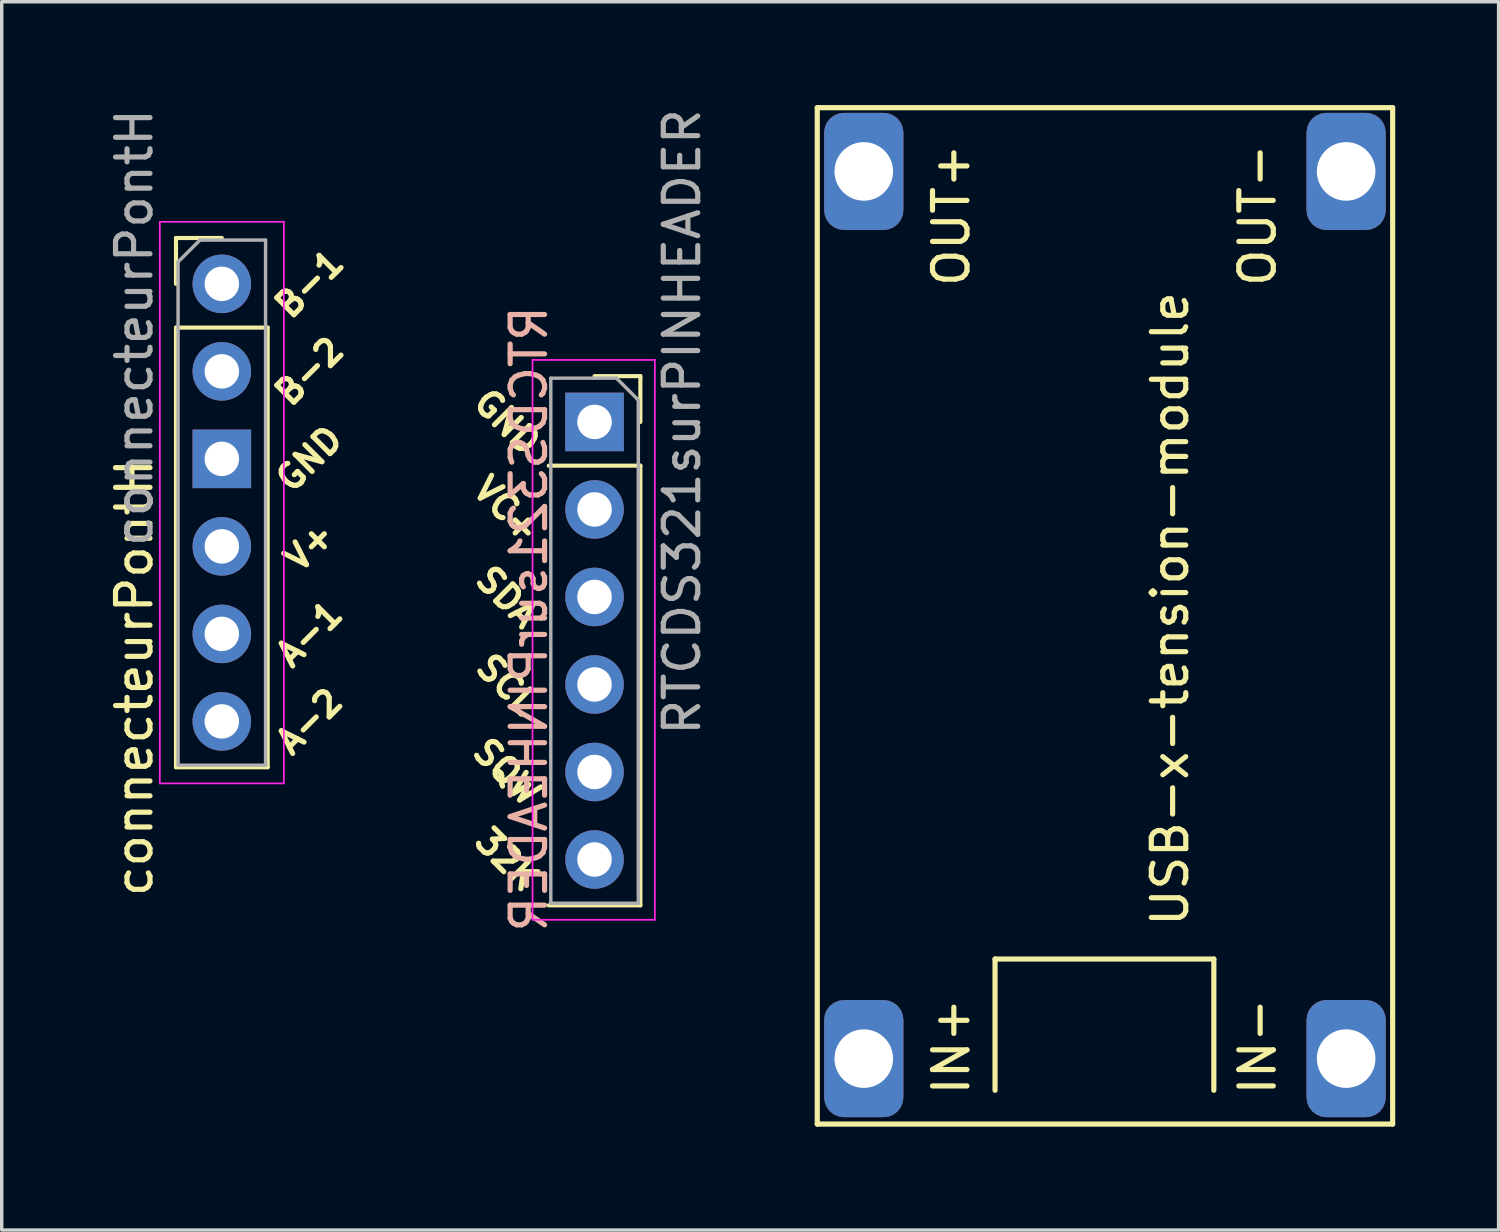
<source format=kicad_pcb>
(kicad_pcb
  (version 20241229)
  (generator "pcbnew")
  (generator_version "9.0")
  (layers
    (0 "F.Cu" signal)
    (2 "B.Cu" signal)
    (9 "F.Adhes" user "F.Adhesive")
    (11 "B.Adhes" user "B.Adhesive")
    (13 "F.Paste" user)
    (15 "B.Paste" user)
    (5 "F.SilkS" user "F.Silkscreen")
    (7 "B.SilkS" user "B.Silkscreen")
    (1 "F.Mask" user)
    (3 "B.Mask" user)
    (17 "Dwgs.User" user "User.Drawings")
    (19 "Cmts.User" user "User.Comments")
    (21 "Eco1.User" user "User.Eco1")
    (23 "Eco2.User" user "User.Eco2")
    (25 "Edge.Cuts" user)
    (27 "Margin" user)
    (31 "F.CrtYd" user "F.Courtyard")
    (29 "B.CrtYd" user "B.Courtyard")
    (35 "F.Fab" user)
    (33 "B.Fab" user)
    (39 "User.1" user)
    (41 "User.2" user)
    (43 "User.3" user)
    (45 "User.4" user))
  (footprint "USB-x-tension-module"
    (layer "F.Cu")
    (at 22.02 1.925)
    (property "Reference" "USB-x-tension-module" (at 8.89 12.7 90) (layer "F.SilkS") (effects (font (size 1 1) (thickness 0.15))))
    (attr through_hole)
    (fp_line (start -1.35 -1.85) (end -1.35 27.65) (stroke (width 0.15) (type solid)) (layer "F.SilkS"))
    (fp_line (start -1.35 -1.85) (end 15.35 -1.85) (stroke (width 0.15) (type solid)) (layer "F.SilkS"))
    (fp_line (start -1.35 27.65) (end 15.35 27.65) (stroke (width 0.15) (type solid)) (layer "F.SilkS"))
    (fp_line (start 3.81 22.86) (end 10.16 22.86) (stroke (width 0.15) (type solid)) (layer "F.SilkS"))
    (fp_line (start 3.81 26.67) (end 3.81 22.86) (stroke (width 0.15) (type solid)) (layer "F.SilkS"))
    (fp_line (start 10.16 22.86) (end 10.16 26.67) (stroke (width 0.15) (type solid)) (layer "F.SilkS"))
    (fp_line (start 15.35 27.65) (end 15.35 -1.85) (stroke (width 0.15) (type solid)) (layer "F.SilkS"))
    (fp_text user "OUT+" (at 2.54 1.27 90) (layer "F.SilkS") (effects (font (size 1 1) (thickness 0.15))))
    (fp_text user "IN+" (at 2.54 25.4 90) (layer "F.SilkS") (effects (font (size 1 1) (thickness 0.15))))
    (fp_text user "IN-" (at 11.43 25.4 90) (layer "F.SilkS") (effects (font (size 1 1) (thickness 0.15))))
    (fp_text user "OUT-" (at 11.43 1.27 90) (layer "F.SilkS") (effects (font (size 1 1) (thickness 0.15))))
    (pad "1" thru_hole roundrect (at 0 25.75) (size 2.3 3.4) (drill 1.7) (layers "*.Cu" "*.Mask") (roundrect_rratio 0.25))
    (pad "2" thru_hole roundrect (at 14 0) (size 2.3 3.4) (drill 1.7) (layers "*.Cu" "*.Mask") (roundrect_rratio 0.25))
    (pad "2" thru_hole roundrect (at 14 25.75) (size 2.3 3.4) (drill 1.7) (layers "*.Cu" "*.Mask") (roundrect_rratio 0.25))
    (pad "3" thru_hole roundrect (at 0 0) (size 2.3 3.4) (drill 1.7) (layers "*.Cu" "*.Mask") (roundrect_rratio 0.25)))
  (footprint "RTCDS321surPINHEADER"
    (layer "F.Cu")
    (at 14.206 9.196)
    (property "Reference" "RTCDS321surPINHEADER" (at -1.905 5.715 270) (layer "B.SilkS") (effects (font (size 1 1) (thickness 0.15)) (justify mirror)))
    (attr through_hole)
    (fp_line (start -1.33 1.27) (end 1.33 1.27) (stroke (width 0.12) (type solid)) (layer "F.SilkS"))
    (fp_line (start -1.33 14.03) (end 1.33 14.03) (stroke (width 0.12) (type solid)) (layer "F.SilkS"))
    (fp_line (start 0 -1.33) (end 1.33 -1.33) (stroke (width 0.12) (type solid)) (layer "F.SilkS"))
    (fp_line (start 1.33 -1.33) (end 1.33 0) (stroke (width 0.12) (type solid)) (layer "F.SilkS"))
    (fp_line (start 1.33 1.27) (end 1.33 14.03) (stroke (width 0.12) (type solid)) (layer "F.SilkS"))
    (fp_line (start -1.8 -1.8) (end 1.75 -1.8) (stroke (width 0.05) (type solid)) (layer "F.CrtYd"))
    (fp_line (start -1.8 14.45) (end -1.8 -1.8) (stroke (width 0.05) (type solid)) (layer "F.CrtYd"))
    (fp_line (start 1.75 -1.8) (end 1.75 14.45) (stroke (width 0.05) (type solid)) (layer "F.CrtYd"))
    (fp_line (start 1.75 14.45) (end -1.8 14.45) (stroke (width 0.05) (type solid)) (layer "F.CrtYd"))
    (fp_line (start -1.27 -1.27) (end 0.635 -1.27) (stroke (width 0.1) (type solid)) (layer "F.Fab"))
    (fp_line (start -1.27 13.97) (end -1.27 -1.27) (stroke (width 0.1) (type solid)) (layer "F.Fab"))
    (fp_line (start 0.635 -1.27) (end 1.27 -0.635) (stroke (width 0.1) (type solid)) (layer "F.Fab"))
    (fp_line (start 1.27 -0.635) (end 1.27 13.97) (stroke (width 0.1) (type solid)) (layer "F.Fab"))
    (fp_line (start 1.27 13.97) (end -1.27 13.97) (stroke (width 0.1) (type solid)) (layer "F.Fab"))
    (fp_text user "GND" (at -2.54 0 135) (layer "F.SilkS") (effects (font (size 0.7 0.7) (thickness 0.15))))
    (fp_text user "SQW" (at -2.54 10.16 135) (layer "F.SilkS") (effects (font (size 0.7 0.7) (thickness 0.15))))
    (fp_text user "32K" (at -2.54 12.7 135) (layer "F.SilkS") (effects (font (size 0.7 0.7) (thickness 0.15))))
    (fp_text user "SCL" (at -2.54 7.62 135) (layer "F.SilkS") (effects (font (size 0.7 0.7) (thickness 0.15))))
    (fp_text user "SDA" (at -2.54 5.08 135) (layer "F.SilkS") (effects (font (size 0.7 0.7) (thickness 0.15))))
    (fp_text user "VC+" (at -2.54 2.54 135) (layer "F.SilkS") (effects (font (size 0.7 0.7) (thickness 0.15))))
    (fp_text user "${REFERENCE}" (at 2.54 0 90) (layer "F.Fab") (effects (font (size 1 1) (thickness 0.15))))
    (pad "1" thru_hole rect (at 0 0) (size 1.7 1.7) (drill 1) (layers "*.Cu" "*.Mask"))
    (pad "2" thru_hole oval (at 0 2.54) (size 1.7 1.7) (drill 1) (layers "*.Cu" "*.Mask"))
    (pad "3" thru_hole oval (at 0 5.08) (size 1.7 1.7) (drill 1) (layers "*.Cu" "*.Mask"))
    (pad "4" thru_hole oval (at 0 7.62) (size 1.7 1.7) (drill 1) (layers "*.Cu" "*.Mask"))
    (pad "5" thru_hole oval (at 0 10.16) (size 1.7 1.7) (drill 1) (layers "*.Cu" "*.Mask"))
    (pad "6" thru_hole oval (at 0 12.7) (size 1.7 1.7) (drill 1) (layers "*.Cu" "*.Mask")))
  (footprint "connecteurPontH"
    (layer "F.Cu")
    (at 3.388 5.188)
    (property "Reference" "connecteurPontH" (at -2.54 11.43 90) (layer "F.SilkS") (effects (font (size 1 1) (thickness 0.15))))
    (attr through_hole)
    (fp_line (start -1.33 -1.33) (end 0 -1.33) (stroke (width 0.12) (type solid)) (layer "F.SilkS"))
    (fp_line (start -1.33 0) (end -1.33 -1.33) (stroke (width 0.12) (type solid)) (layer "F.SilkS"))
    (fp_line (start -1.33 1.27) (end -1.33 14.03) (stroke (width 0.12) (type solid)) (layer "F.SilkS"))
    (fp_line (start -1.33 1.27) (end 1.33 1.27) (stroke (width 0.12) (type solid)) (layer "F.SilkS"))
    (fp_line (start -1.33 14.03) (end 1.33 14.03) (stroke (width 0.12) (type solid)) (layer "F.SilkS"))
    (fp_line (start 1.33 1.27) (end 1.33 14.03) (stroke (width 0.12) (type solid)) (layer "F.SilkS"))
    (fp_line (start -1.8 -1.8) (end -1.8 14.5) (stroke (width 0.05) (type solid)) (layer "F.CrtYd"))
    (fp_line (start -1.8 14.5) (end 1.8 14.5) (stroke (width 0.05) (type solid)) (layer "F.CrtYd"))
    (fp_line (start 1.8 -1.8) (end -1.8 -1.8) (stroke (width 0.05) (type solid)) (layer "F.CrtYd"))
    (fp_line (start 1.8 14.5) (end 1.8 -1.8) (stroke (width 0.05) (type solid)) (layer "F.CrtYd"))
    (fp_line (start -1.27 -0.635) (end -0.635 -1.27) (stroke (width 0.1) (type solid)) (layer "F.Fab"))
    (fp_line (start -1.27 13.97) (end -1.27 -0.635) (stroke (width 0.1) (type solid)) (layer "F.Fab"))
    (fp_line (start -0.635 -1.27) (end 1.27 -1.27) (stroke (width 0.1) (type solid)) (layer "F.Fab"))
    (fp_line (start 1.27 -1.27) (end 1.27 13.97) (stroke (width 0.1) (type solid)) (layer "F.Fab"))
    (fp_line (start 1.27 13.97) (end -1.27 13.97) (stroke (width 0.1) (type solid)) (layer "F.Fab"))
    (fp_text user "B-1" (at 2.54 0 225) (layer "F.SilkS") (effects (font (size 0.7 0.7) (thickness 0.15))))
    (fp_text user "A-1" (at 2.54 10.16 225) (layer "F.SilkS") (effects (font (size 0.7 0.7) (thickness 0.15))))
    (fp_text user "GND" (at 2.54 5.08 225) (layer "F.SilkS") (effects (font (size 0.7 0.7) (thickness 0.15))))
    (fp_text user "A-2" (at 2.54 12.7 225) (layer "F.SilkS") (effects (font (size 0.7 0.7) (thickness 0.15))))
    (fp_text user "V+" (at 2.54 7.62 225) (layer "F.SilkS") (effects (font (size 0.7 0.7) (thickness 0.15))))
    (fp_text user "B-2" (at 2.54 2.54 225) (layer "F.SilkS") (effects (font (size 0.7 0.7) (thickness 0.15))))
    (fp_text user "${REFERENCE}" (at -2.54 1.27 90) (layer "F.Fab") (effects (font (size 1 1) (thickness 0.15))))
    (pad "1" thru_hole circle (at 0 0) (size 1.7 1.7) (drill 1) (layers "*.Cu" "*.Mask"))
    (pad "2" thru_hole oval (at 0 2.54) (size 1.7 1.7) (drill 1) (layers "*.Cu" "*.Mask"))
    (pad "3" thru_hole rect (at 0 5.08) (size 1.7 1.7) (drill 1) (layers "*.Cu" "*.Mask"))
    (pad "4" thru_hole oval (at 0 7.62) (size 1.7 1.7) (drill 1) (layers "*.Cu" "*.Mask"))
    (pad "5" thru_hole oval (at 0 10.16) (size 1.7 1.7) (drill 1) (layers "*.Cu" "*.Mask"))
    (pad "6" thru_hole oval (at 0 12.7) (size 1.7 1.7) (drill 1) (layers "*.Cu" "*.Mask")))
  (gr_rect
    (start -3 -3)
    (end 40.445 32.65)
    (stroke (width 0.1) (type default))
    (fill no)
    (layer "Edge.Cuts")))
</source>
